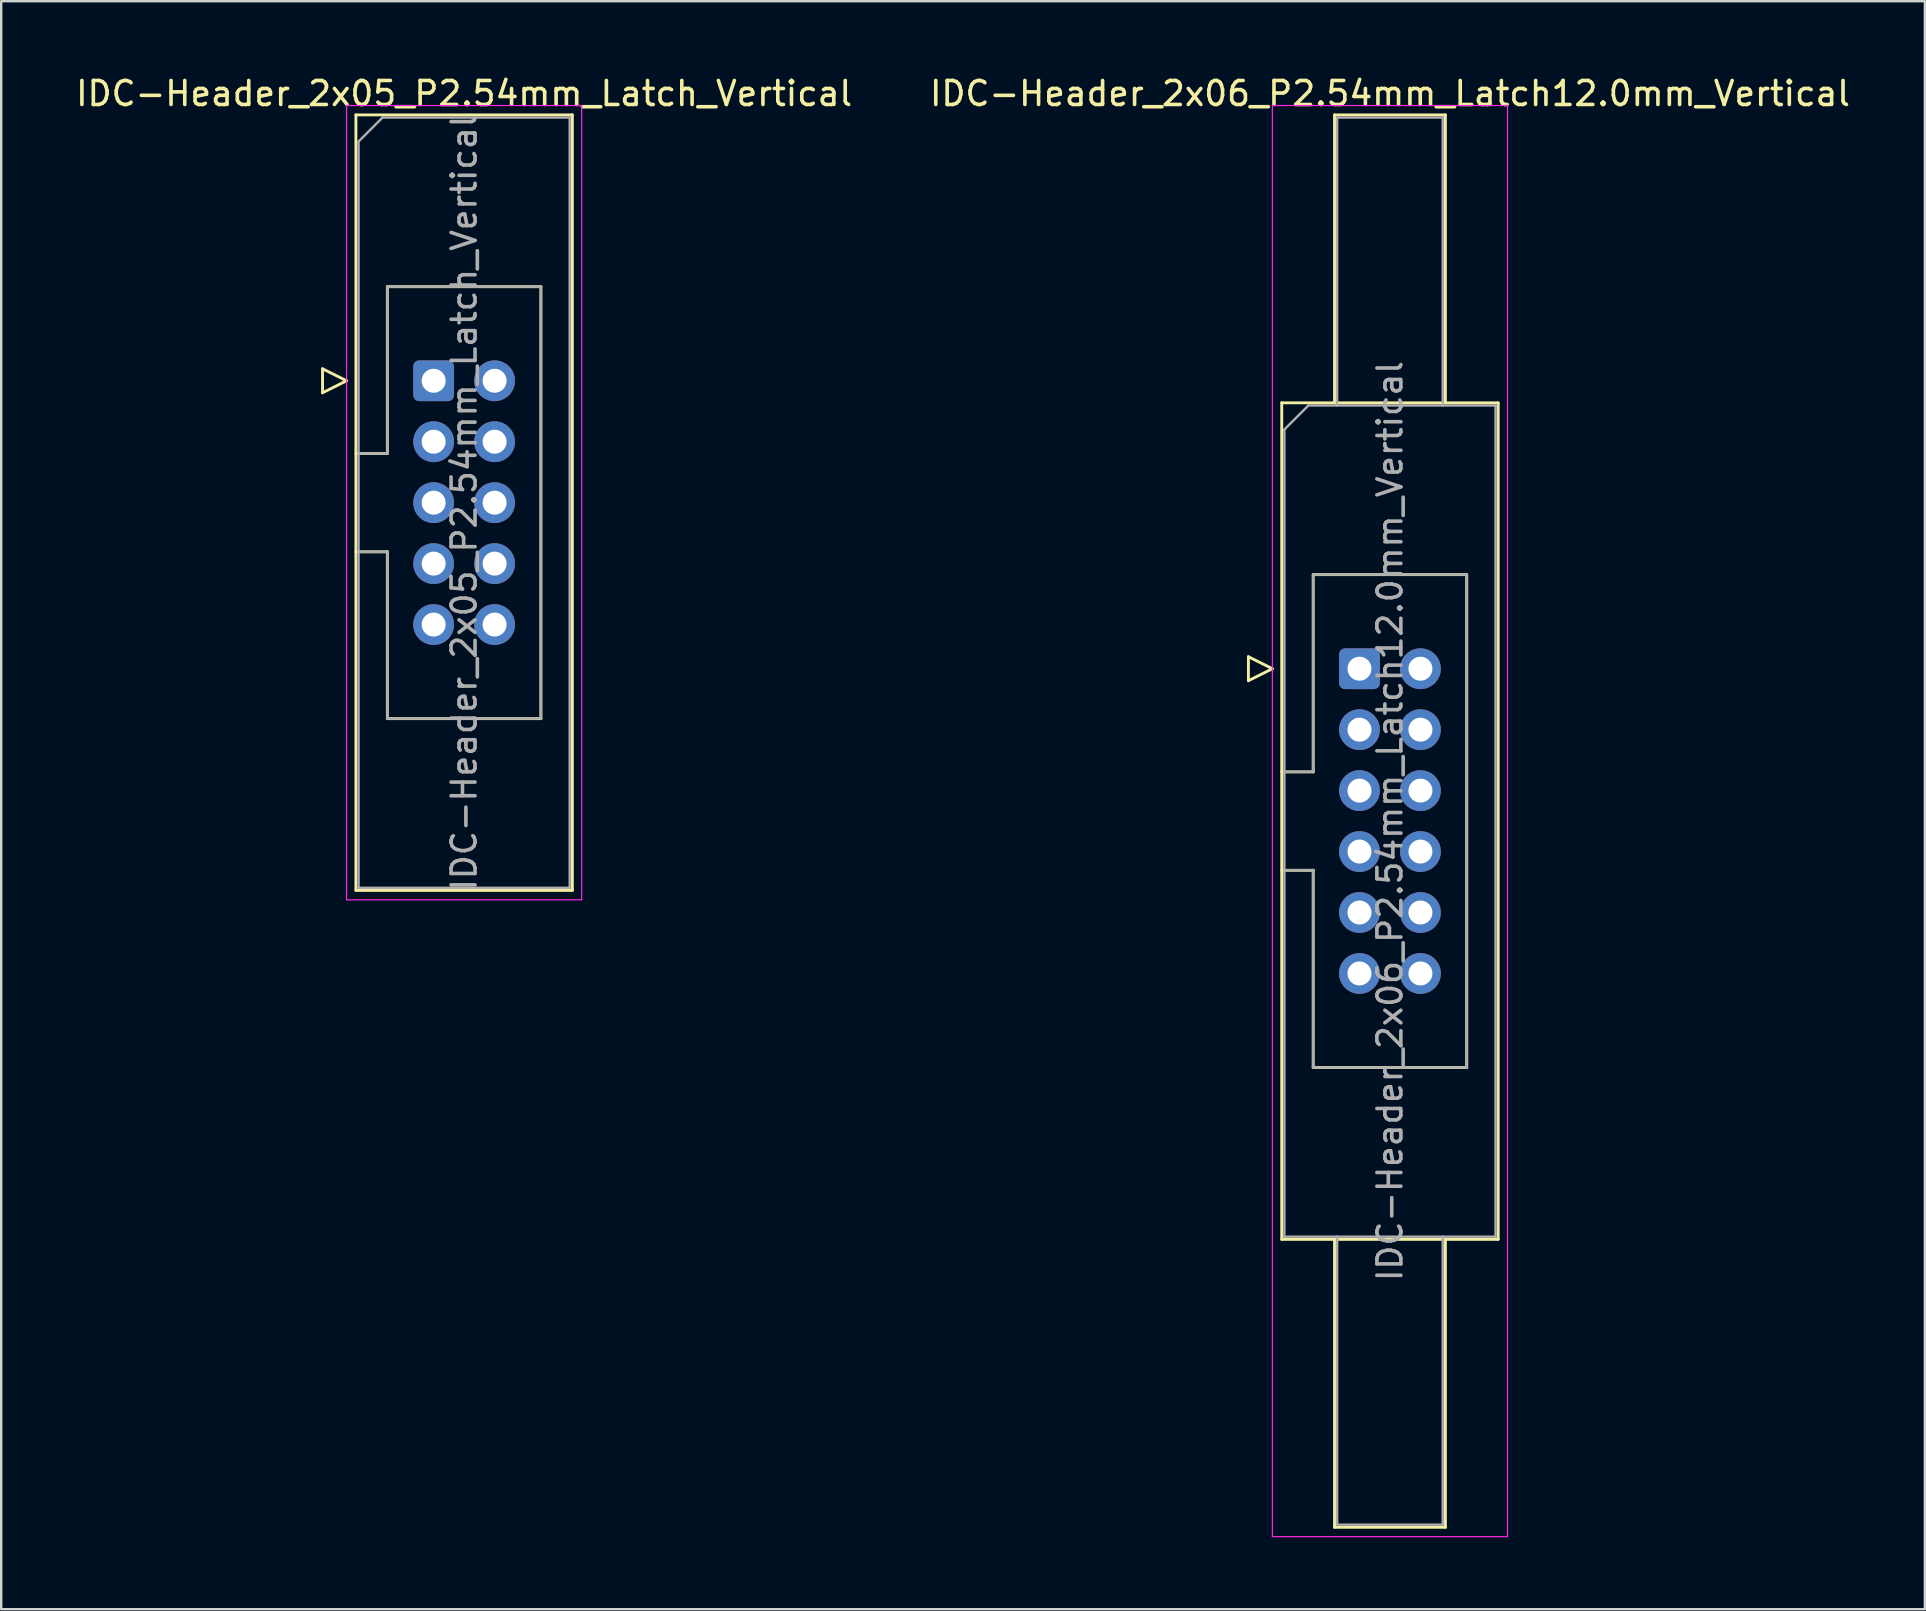
<source format=kicad_pcb>
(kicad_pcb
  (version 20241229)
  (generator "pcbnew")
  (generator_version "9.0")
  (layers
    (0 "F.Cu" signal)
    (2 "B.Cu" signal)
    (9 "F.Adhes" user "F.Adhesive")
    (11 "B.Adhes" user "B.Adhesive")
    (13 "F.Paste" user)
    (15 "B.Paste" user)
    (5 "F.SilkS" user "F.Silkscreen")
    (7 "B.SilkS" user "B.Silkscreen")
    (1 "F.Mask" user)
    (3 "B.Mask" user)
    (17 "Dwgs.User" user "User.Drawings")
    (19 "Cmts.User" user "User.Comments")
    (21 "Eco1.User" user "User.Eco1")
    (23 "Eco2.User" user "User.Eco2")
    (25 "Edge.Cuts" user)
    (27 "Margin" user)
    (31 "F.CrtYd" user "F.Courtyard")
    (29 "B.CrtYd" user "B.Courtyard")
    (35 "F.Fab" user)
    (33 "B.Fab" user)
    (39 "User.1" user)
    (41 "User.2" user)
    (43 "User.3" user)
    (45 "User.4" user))
  (footprint "IDC-Header_2x06_P2.54mm_Latch12.0mm_Vertical"
    (layer "F.Cu")
    (at 53.605 24.818)
    (property "Reference" "IDC-Header_2x06_P2.54mm_Latch12.0mm_Vertical" (at 1.27 -23.97 0) (layer "F.SilkS") (effects (font (size 1 1) (thickness 0.15))))
    (attr through_hole)
    (fp_line (start -4.63 -0.5) (end -4.63 0.5) (stroke (width 0.12) (type solid)) (layer "F.SilkS"))
    (fp_line (start -4.63 0.5) (end -3.63 0) (stroke (width 0.12) (type solid)) (layer "F.SilkS"))
    (fp_line (start -3.63 0) (end -4.63 -0.5) (stroke (width 0.12) (type solid)) (layer "F.SilkS"))
    (fp_line (start -3.24 -11.08) (end 5.78 -11.08) (stroke (width 0.12) (type solid)) (layer "F.SilkS"))
    (fp_line (start -3.24 4.3) (end -1.93 4.3) (stroke (width 0.12) (type solid)) (layer "F.SilkS"))
    (fp_line (start -3.24 23.78) (end -3.24 -11.08) (stroke (width 0.12) (type solid)) (layer "F.SilkS"))
    (fp_line (start -1.93 -3.92) (end 4.47 -3.92) (stroke (width 0.12) (type solid)) (layer "F.SilkS"))
    (fp_line (start -1.93 4.3) (end -1.93 -3.92) (stroke (width 0.12) (type solid)) (layer "F.SilkS"))
    (fp_line (start -1.93 8.4) (end -3.24 8.4) (stroke (width 0.12) (type solid)) (layer "F.SilkS"))
    (fp_line (start -1.93 8.4) (end -1.93 8.4) (stroke (width 0.12) (type solid)) (layer "F.SilkS"))
    (fp_line (start -1.93 16.62) (end -1.93 8.4) (stroke (width 0.12) (type solid)) (layer "F.SilkS"))
    (fp_line (start -1.04 -23.08) (end 3.58 -23.08) (stroke (width 0.12) (type solid)) (layer "F.SilkS"))
    (fp_line (start -1.04 -11.08) (end -1.04 -23.08) (stroke (width 0.12) (type solid)) (layer "F.SilkS"))
    (fp_line (start -1.04 23.78) (end -1.04 35.78) (stroke (width 0.12) (type solid)) (layer "F.SilkS"))
    (fp_line (start -1.04 35.78) (end 3.58 35.78) (stroke (width 0.12) (type solid)) (layer "F.SilkS"))
    (fp_line (start 3.58 -23.08) (end 3.58 -11.08) (stroke (width 0.12) (type solid)) (layer "F.SilkS"))
    (fp_line (start 3.58 35.78) (end 3.58 23.78) (stroke (width 0.12) (type solid)) (layer "F.SilkS"))
    (fp_line (start 4.47 -3.92) (end 4.47 16.62) (stroke (width 0.12) (type solid)) (layer "F.SilkS"))
    (fp_line (start 4.47 16.62) (end -1.93 16.62) (stroke (width 0.12) (type solid)) (layer "F.SilkS"))
    (fp_line (start 5.78 -11.08) (end 5.78 23.78) (stroke (width 0.12) (type solid)) (layer "F.SilkS"))
    (fp_line (start 5.78 23.78) (end -3.24 23.78) (stroke (width 0.12) (type solid)) (layer "F.SilkS"))
    (fp_line (start -3.63 -23.47) (end -3.63 36.17) (stroke (width 0.05) (type solid)) (layer "F.CrtYd"))
    (fp_line (start -3.63 36.17) (end 6.17 36.17) (stroke (width 0.05) (type solid)) (layer "F.CrtYd"))
    (fp_line (start 6.17 -23.47) (end -3.63 -23.47) (stroke (width 0.05) (type solid)) (layer "F.CrtYd"))
    (fp_line (start 6.17 36.17) (end 6.17 -23.47) (stroke (width 0.05) (type solid)) (layer "F.CrtYd"))
    (fp_line (start -3.13 -9.97) (end -2.13 -10.97) (stroke (width 0.1) (type solid)) (layer "F.Fab"))
    (fp_line (start -3.13 4.3) (end -1.93 4.3) (stroke (width 0.1) (type solid)) (layer "F.Fab"))
    (fp_line (start -3.13 23.67) (end -3.13 -9.97) (stroke (width 0.1) (type solid)) (layer "F.Fab"))
    (fp_line (start -2.13 -10.97) (end 5.67 -10.97) (stroke (width 0.1) (type solid)) (layer "F.Fab"))
    (fp_line (start -1.93 -3.92) (end 4.47 -3.92) (stroke (width 0.1) (type solid)) (layer "F.Fab"))
    (fp_line (start -1.93 4.3) (end -1.93 -3.92) (stroke (width 0.1) (type solid)) (layer "F.Fab"))
    (fp_line (start -1.93 8.4) (end -3.13 8.4) (stroke (width 0.1) (type solid)) (layer "F.Fab"))
    (fp_line (start -1.93 8.4) (end -1.93 8.4) (stroke (width 0.1) (type solid)) (layer "F.Fab"))
    (fp_line (start -1.93 16.62) (end -1.93 8.4) (stroke (width 0.1) (type solid)) (layer "F.Fab"))
    (fp_line (start -0.93 -22.97) (end 3.47 -22.97) (stroke (width 0.1) (type solid)) (layer "F.Fab"))
    (fp_line (start -0.93 -10.97) (end -0.93 -22.97) (stroke (width 0.1) (type solid)) (layer "F.Fab"))
    (fp_line (start -0.93 23.67) (end -0.93 35.67) (stroke (width 0.1) (type solid)) (layer "F.Fab"))
    (fp_line (start -0.93 35.67) (end 3.47 35.67) (stroke (width 0.1) (type solid)) (layer "F.Fab"))
    (fp_line (start 3.47 -22.97) (end 3.47 -10.97) (stroke (width 0.1) (type solid)) (layer "F.Fab"))
    (fp_line (start 3.47 35.67) (end 3.47 23.67) (stroke (width 0.1) (type solid)) (layer "F.Fab"))
    (fp_line (start 4.47 -3.92) (end 4.47 16.62) (stroke (width 0.1) (type solid)) (layer "F.Fab"))
    (fp_line (start 4.47 16.62) (end -1.93 16.62) (stroke (width 0.1) (type solid)) (layer "F.Fab"))
    (fp_line (start 5.67 -10.97) (end 5.67 23.67) (stroke (width 0.1) (type solid)) (layer "F.Fab"))
    (fp_line (start 5.67 23.67) (end -3.13 23.67) (stroke (width 0.1) (type solid)) (layer "F.Fab"))
    (fp_text user "${REFERENCE}" (at 1.27 6.35 90) (layer "F.Fab") (effects (font (size 1 1) (thickness 0.15))))
    (pad "1" thru_hole roundrect (at 0 0) (size 1.7 1.7) (drill 1) (layers "*.Cu" "*.Mask") (roundrect_rratio 0.147))
    (pad "2" thru_hole circle (at 2.54 0) (size 1.7 1.7) (drill 1) (layers "*.Cu" "*.Mask"))
    (pad "3" thru_hole circle (at 0 2.54) (size 1.7 1.7) (drill 1) (layers "*.Cu" "*.Mask"))
    (pad "4" thru_hole circle (at 2.54 2.54) (size 1.7 1.7) (drill 1) (layers "*.Cu" "*.Mask"))
    (pad "5" thru_hole circle (at 0 5.08) (size 1.7 1.7) (drill 1) (layers "*.Cu" "*.Mask"))
    (pad "6" thru_hole circle (at 2.54 5.08) (size 1.7 1.7) (drill 1) (layers "*.Cu" "*.Mask"))
    (pad "7" thru_hole circle (at 0 7.62) (size 1.7 1.7) (drill 1) (layers "*.Cu" "*.Mask"))
    (pad "8" thru_hole circle (at 2.54 7.62) (size 1.7 1.7) (drill 1) (layers "*.Cu" "*.Mask"))
    (pad "9" thru_hole circle (at 0 10.16) (size 1.7 1.7) (drill 1) (layers "*.Cu" "*.Mask"))
    (pad "10" thru_hole circle (at 2.54 10.16) (size 1.7 1.7) (drill 1) (layers "*.Cu" "*.Mask"))
    (pad "11" thru_hole circle (at 0 12.7) (size 1.7 1.7) (drill 1) (layers "*.Cu" "*.Mask"))
    (pad "12" thru_hole circle (at 2.54 12.7) (size 1.7 1.7) (drill 1) (layers "*.Cu" "*.Mask")))
  (footprint "IDC-Header_2x05_P2.54mm_Latch_Vertical"
    (layer "F.Cu")
    (at 15.022 12.818)
    (property "Reference" "IDC-Header_2x05_P2.54mm_Latch_Vertical" (at 1.27 -11.97 0) (layer "F.SilkS") (effects (font (size 1 1) (thickness 0.15))))
    (attr through_hole)
    (fp_line (start -4.63 -0.5) (end -4.63 0.5) (stroke (width 0.12) (type solid)) (layer "F.SilkS"))
    (fp_line (start -4.63 0.5) (end -3.63 0) (stroke (width 0.12) (type solid)) (layer "F.SilkS"))
    (fp_line (start -3.63 0) (end -4.63 -0.5) (stroke (width 0.12) (type solid)) (layer "F.SilkS"))
    (fp_line (start -3.24 -11.08) (end 5.78 -11.08) (stroke (width 0.12) (type solid)) (layer "F.SilkS"))
    (fp_line (start -3.24 3.03) (end -1.93 3.03) (stroke (width 0.12) (type solid)) (layer "F.SilkS"))
    (fp_line (start -3.24 21.24) (end -3.24 -11.08) (stroke (width 0.12) (type solid)) (layer "F.SilkS"))
    (fp_line (start -1.93 -3.92) (end 4.47 -3.92) (stroke (width 0.12) (type solid)) (layer "F.SilkS"))
    (fp_line (start -1.93 3.03) (end -1.93 -3.92) (stroke (width 0.12) (type solid)) (layer "F.SilkS"))
    (fp_line (start -1.93 7.13) (end -3.24 7.13) (stroke (width 0.12) (type solid)) (layer "F.SilkS"))
    (fp_line (start -1.93 7.13) (end -1.93 7.13) (stroke (width 0.12) (type solid)) (layer "F.SilkS"))
    (fp_line (start -1.93 14.08) (end -1.93 7.13) (stroke (width 0.12) (type solid)) (layer "F.SilkS"))
    (fp_line (start 4.47 -3.92) (end 4.47 14.08) (stroke (width 0.12) (type solid)) (layer "F.SilkS"))
    (fp_line (start 4.47 14.08) (end -1.93 14.08) (stroke (width 0.12) (type solid)) (layer "F.SilkS"))
    (fp_line (start 5.78 -11.08) (end 5.78 21.24) (stroke (width 0.12) (type solid)) (layer "F.SilkS"))
    (fp_line (start 5.78 21.24) (end -3.24 21.24) (stroke (width 0.12) (type solid)) (layer "F.SilkS"))
    (fp_line (start -3.63 -11.47) (end -3.63 21.63) (stroke (width 0.05) (type solid)) (layer "F.CrtYd"))
    (fp_line (start -3.63 21.63) (end 6.17 21.63) (stroke (width 0.05) (type solid)) (layer "F.CrtYd"))
    (fp_line (start 6.17 -11.47) (end -3.63 -11.47) (stroke (width 0.05) (type solid)) (layer "F.CrtYd"))
    (fp_line (start 6.17 21.63) (end 6.17 -11.47) (stroke (width 0.05) (type solid)) (layer "F.CrtYd"))
    (fp_line (start -3.13 -9.97) (end -2.13 -10.97) (stroke (width 0.1) (type solid)) (layer "F.Fab"))
    (fp_line (start -3.13 3.03) (end -1.93 3.03) (stroke (width 0.1) (type solid)) (layer "F.Fab"))
    (fp_line (start -3.13 21.13) (end -3.13 -9.97) (stroke (width 0.1) (type solid)) (layer "F.Fab"))
    (fp_line (start -2.13 -10.97) (end 5.67 -10.97) (stroke (width 0.1) (type solid)) (layer "F.Fab"))
    (fp_line (start -1.93 -3.92) (end 4.47 -3.92) (stroke (width 0.1) (type solid)) (layer "F.Fab"))
    (fp_line (start -1.93 3.03) (end -1.93 -3.92) (stroke (width 0.1) (type solid)) (layer "F.Fab"))
    (fp_line (start -1.93 7.13) (end -3.13 7.13) (stroke (width 0.1) (type solid)) (layer "F.Fab"))
    (fp_line (start -1.93 7.13) (end -1.93 7.13) (stroke (width 0.1) (type solid)) (layer "F.Fab"))
    (fp_line (start -1.93 14.08) (end -1.93 7.13) (stroke (width 0.1) (type solid)) (layer "F.Fab"))
    (fp_line (start 4.47 -3.92) (end 4.47 14.08) (stroke (width 0.1) (type solid)) (layer "F.Fab"))
    (fp_line (start 4.47 14.08) (end -1.93 14.08) (stroke (width 0.1) (type solid)) (layer "F.Fab"))
    (fp_line (start 5.67 -10.97) (end 5.67 21.13) (stroke (width 0.1) (type solid)) (layer "F.Fab"))
    (fp_line (start 5.67 21.13) (end -3.13 21.13) (stroke (width 0.1) (type solid)) (layer "F.Fab"))
    (fp_text user "${REFERENCE}" (at 1.27 5.08 90) (layer "F.Fab") (effects (font (size 1 1) (thickness 0.15))))
    (pad "1" thru_hole roundrect (at 0 0) (size 1.7 1.7) (drill 1) (layers "*.Cu" "*.Mask") (roundrect_rratio 0.147))
    (pad "2" thru_hole circle (at 2.54 0) (size 1.7 1.7) (drill 1) (layers "*.Cu" "*.Mask"))
    (pad "3" thru_hole circle (at 0 2.54) (size 1.7 1.7) (drill 1) (layers "*.Cu" "*.Mask"))
    (pad "4" thru_hole circle (at 2.54 2.54) (size 1.7 1.7) (drill 1) (layers "*.Cu" "*.Mask"))
    (pad "5" thru_hole circle (at 0 5.08) (size 1.7 1.7) (drill 1) (layers "*.Cu" "*.Mask"))
    (pad "6" thru_hole circle (at 2.54 5.08) (size 1.7 1.7) (drill 1) (layers "*.Cu" "*.Mask"))
    (pad "7" thru_hole circle (at 0 7.62) (size 1.7 1.7) (drill 1) (layers "*.Cu" "*.Mask"))
    (pad "8" thru_hole circle (at 2.54 7.62) (size 1.7 1.7) (drill 1) (layers "*.Cu" "*.Mask"))
    (pad "9" thru_hole circle (at 0 10.16) (size 1.7 1.7) (drill 1) (layers "*.Cu" "*.Mask"))
    (pad "10" thru_hole circle (at 2.54 10.16) (size 1.7 1.7) (drill 1) (layers "*.Cu" "*.Mask")))
  (gr_rect
    (start -3 -3)
    (end 77.167 64.013)
    (stroke (width 0.1) (type default))
    (fill no)
    (layer "Edge.Cuts")))
</source>
